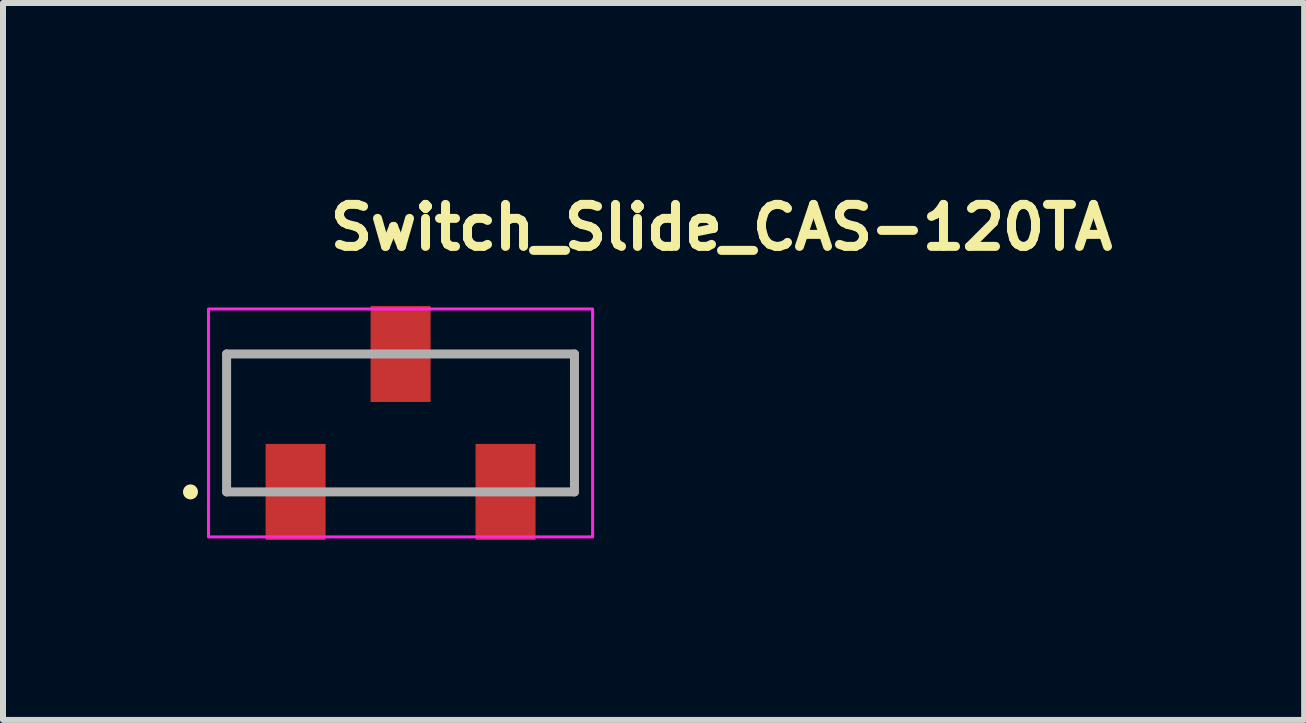
<source format=kicad_pcb>
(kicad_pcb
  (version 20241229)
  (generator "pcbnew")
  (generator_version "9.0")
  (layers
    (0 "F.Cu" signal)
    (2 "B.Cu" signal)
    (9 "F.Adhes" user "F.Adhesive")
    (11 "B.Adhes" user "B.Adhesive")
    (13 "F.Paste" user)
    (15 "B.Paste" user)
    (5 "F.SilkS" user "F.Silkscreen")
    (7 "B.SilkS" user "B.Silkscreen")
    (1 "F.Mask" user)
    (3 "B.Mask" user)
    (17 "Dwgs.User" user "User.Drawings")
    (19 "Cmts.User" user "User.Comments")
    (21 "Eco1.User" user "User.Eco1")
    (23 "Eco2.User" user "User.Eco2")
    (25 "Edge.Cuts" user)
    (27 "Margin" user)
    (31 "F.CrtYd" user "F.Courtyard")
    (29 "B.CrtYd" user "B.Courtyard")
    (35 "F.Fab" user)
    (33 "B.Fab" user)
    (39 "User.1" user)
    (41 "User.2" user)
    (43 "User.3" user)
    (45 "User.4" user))
  (footprint "Switch_Slide_CAS-120TA"
    (layer "F.Cu")
    (at 3.627 4.001)
    (property "Reference" "Switch_Slide_CAS-120TA" (at -1.25 -2.851 0) (layer "F.SilkS") (effects (font (size 0.7 0.7) (thickness 0.15)) (justify left bottom)))
    (attr smd)
    (fp_circle (center -3.502 1.148) (end -3.452 1.148) (stroke (width 0.15) (type solid)) (fill yes) (layer "F.SilkS"))
    (fp_rect (start -3.202 -1.901) (end 3.2 1.898) (stroke (width 0.05) (type solid)) (fill no) (layer "F.CrtYd"))
    (fp_line (start -2.9 1.148) (end -2.9 -1.151) (stroke (width 0.15) (type solid)) (layer "F.Fab"))
    (fp_line (start -2.9 1.148) (end 2.898 1.148) (stroke (width 0.15) (type solid)) (layer "F.Fab"))
    (fp_line (start 2.898 -1.151) (end -2.9 -1.151) (stroke (width 0.15) (type solid)) (layer "F.Fab"))
    (fp_line (start 2.898 -1.151) (end 2.898 1.148) (stroke (width 0.15) (type solid)) (layer "F.Fab"))
    (fp_line (start -2.702 -1.25) (end -2.702 -0.75) (stroke (width 0.02) (type solid)) (layer "User.9"))
    (fp_line (start -2.702 -0.75) (end -2.202 -1.25) (stroke (width 0.02) (type solid)) (layer "User.9"))
    (fp_line (start -2.702 1.249) (end -2.702 -0.75) (stroke (width 0.02) (type solid)) (layer "User.9"))
    (fp_line (start -2.202 -1.25) (end -2.702 -1.25) (stroke (width 0.02) (type solid)) (layer "User.9"))
    (fp_line (start -2.05 1.249) (end -2.05 1.398) (stroke (width 0.02) (type solid)) (layer "User.9"))
    (fp_line (start -1.5 -0.452) (end -1.5 0.45) (stroke (width 0.02) (type solid)) (layer "User.9"))
    (fp_line (start -1.5 -0.452) (end -0.652 -0.351) (stroke (width 0.02) (type solid)) (layer "User.9"))
    (fp_line (start -1.45 1.249) (end -1.45 1.398) (stroke (width 0.02) (type solid)) (layer "User.9"))
    (fp_line (start -1.45 1.398) (end -2.05 1.398) (stroke (width 0.02) (type solid)) (layer "User.9"))
    (fp_line (start -1.276 0.838) (end -1.276 0.848) (stroke (width 0.02) (type solid)) (layer "User.9"))
    (fp_line (start -1.276 0.848) (end -1.276 0.848) (stroke (width 0.02) (type solid)) (layer "User.9"))
    (fp_line (start -1.276 0.848) (end -1.276 0.859) (stroke (width 0.02) (type solid)) (layer "User.9"))
    (fp_line (start -1.276 0.859) (end -1.274 0.869) (stroke (width 0.02) (type solid)) (layer "User.9"))
    (fp_line (start -1.274 0.819) (end -1.274 0.829) (stroke (width 0.02) (type solid)) (layer "User.9"))
    (fp_line (start -1.274 0.829) (end -1.276 0.838) (stroke (width 0.02) (type solid)) (layer "User.9"))
    (fp_line (start -1.274 0.869) (end -1.274 0.879) (stroke (width 0.02) (type solid)) (layer "User.9"))
    (fp_line (start -1.274 0.879) (end -1.272 0.889) (stroke (width 0.02) (type solid)) (layer "User.9"))
    (fp_line (start -1.272 0.809) (end -1.274 0.819) (stroke (width 0.02) (type solid)) (layer "User.9"))
    (fp_line (start -1.272 0.889) (end -1.27 0.899) (stroke (width 0.02) (type solid)) (layer "User.9"))
    (fp_line (start -1.27 0.8) (end -1.272 0.809) (stroke (width 0.02) (type solid)) (layer "User.9"))
    (fp_line (start -1.27 0.899) (end -1.268 0.909) (stroke (width 0.02) (type solid)) (layer "User.9"))
    (fp_line (start -1.268 0.79) (end -1.27 0.8) (stroke (width 0.02) (type solid)) (layer "User.9"))
    (fp_line (start -1.268 0.909) (end -1.264 0.918) (stroke (width 0.02) (type solid)) (layer "User.9"))
    (fp_line (start -1.264 0.781) (end -1.268 0.79) (stroke (width 0.02) (type solid)) (layer "User.9"))
    (fp_line (start -1.264 0.918) (end -1.26 0.927) (stroke (width 0.02) (type solid)) (layer "User.9"))
    (fp_line (start -1.26 0.772) (end -1.264 0.781) (stroke (width 0.02) (type solid)) (layer "User.9"))
    (fp_line (start -1.26 0.927) (end -1.256 0.936) (stroke (width 0.02) (type solid)) (layer "User.9"))
    (fp_line (start -1.256 0.762) (end -1.26 0.772) (stroke (width 0.02) (type solid)) (layer "User.9"))
    (fp_line (start -1.256 0.936) (end -1.252 0.945) (stroke (width 0.02) (type solid)) (layer "User.9"))
    (fp_line (start -1.252 0.753) (end -1.256 0.762) (stroke (width 0.02) (type solid)) (layer "User.9"))
    (fp_line (start -1.252 0.945) (end -1.248 0.953) (stroke (width 0.02) (type solid)) (layer "User.9"))
    (fp_line (start -1.248 0.745) (end -1.252 0.753) (stroke (width 0.02) (type solid)) (layer "User.9"))
    (fp_line (start -1.248 0.953) (end -1.242 0.96) (stroke (width 0.02) (type solid)) (layer "User.9"))
    (fp_line (start -1.242 0.737) (end -1.248 0.745) (stroke (width 0.02) (type solid)) (layer "User.9"))
    (fp_line (start -1.242 0.96) (end -1.236 0.968) (stroke (width 0.02) (type solid)) (layer "User.9"))
    (fp_line (start -1.236 0.729) (end -1.242 0.737) (stroke (width 0.02) (type solid)) (layer "User.9"))
    (fp_line (start -1.236 0.968) (end -1.23 0.976) (stroke (width 0.02) (type solid)) (layer "User.9"))
    (fp_line (start -1.23 0.721) (end -1.236 0.729) (stroke (width 0.02) (type solid)) (layer "User.9"))
    (fp_line (start -1.23 0.976) (end -1.224 0.983) (stroke (width 0.02) (type solid)) (layer "User.9"))
    (fp_line (start -1.224 0.714) (end -1.23 0.721) (stroke (width 0.02) (type solid)) (layer "User.9"))
    (fp_line (start -1.224 0.983) (end -1.218 0.99) (stroke (width 0.02) (type solid)) (layer "User.9"))
    (fp_line (start -1.218 0.707) (end -1.224 0.714) (stroke (width 0.02) (type solid)) (layer "User.9"))
    (fp_line (start -1.218 0.99) (end -1.21 0.997) (stroke (width 0.02) (type solid)) (layer "User.9"))
    (fp_line (start -1.21 0.701) (end -1.218 0.707) (stroke (width 0.02) (type solid)) (layer "User.9"))
    (fp_line (start -1.21 0.997) (end -1.204 1.003) (stroke (width 0.02) (type solid)) (layer "User.9"))
    (fp_line (start -1.204 0.695) (end -1.21 0.701) (stroke (width 0.02) (type solid)) (layer "User.9"))
    (fp_line (start -1.204 1.003) (end -1.196 1.009) (stroke (width 0.02) (type solid)) (layer "User.9"))
    (fp_line (start -1.196 0.689) (end -1.204 0.695) (stroke (width 0.02) (type solid)) (layer "User.9"))
    (fp_line (start -1.196 1.009) (end -1.188 1.015) (stroke (width 0.02) (type solid)) (layer "User.9"))
    (fp_line (start -1.188 0.684) (end -1.196 0.689) (stroke (width 0.02) (type solid)) (layer "User.9"))
    (fp_line (start -1.188 1.015) (end -1.18 1.021) (stroke (width 0.02) (type solid)) (layer "User.9"))
    (fp_line (start -1.18 0.678) (end -1.188 0.684) (stroke (width 0.02) (type solid)) (layer "User.9"))
    (fp_line (start -1.18 1.021) (end -1.172 1.024) (stroke (width 0.02) (type solid)) (layer "User.9"))
    (fp_line (start -1.172 0.674) (end -1.18 0.678) (stroke (width 0.02) (type solid)) (layer "User.9"))
    (fp_line (start -1.172 1.024) (end -1.162 1.03) (stroke (width 0.02) (type solid)) (layer "User.9"))
    (fp_line (start -1.162 0.669) (end -1.172 0.674) (stroke (width 0.02) (type solid)) (layer "User.9"))
    (fp_line (start -1.162 1.03) (end -1.154 1.034) (stroke (width 0.02) (type solid)) (layer "User.9"))
    (fp_line (start -1.154 0.665) (end -1.162 0.669) (stroke (width 0.02) (type solid)) (layer "User.9"))
    (fp_line (start -1.154 1.034) (end -1.145 1.036) (stroke (width 0.02) (type solid)) (layer "User.9"))
    (fp_line (start -1.145 0.662) (end -1.154 0.665) (stroke (width 0.02) (type solid)) (layer "User.9"))
    (fp_line (start -1.145 1.036) (end -1.135 1.04) (stroke (width 0.02) (type solid)) (layer "User.9"))
    (fp_line (start -1.135 0.658) (end -1.145 0.662) (stroke (width 0.02) (type solid)) (layer "User.9"))
    (fp_line (start -1.135 1.04) (end -1.125 1.042) (stroke (width 0.02) (type solid)) (layer "User.9"))
    (fp_line (start -1.125 0.656) (end -1.135 0.658) (stroke (width 0.02) (type solid)) (layer "User.9"))
    (fp_line (start -1.125 1.042) (end -1.117 1.044) (stroke (width 0.02) (type solid)) (layer "User.9"))
    (fp_line (start -1.117 0.654) (end -1.125 0.656) (stroke (width 0.02) (type solid)) (layer "User.9"))
    (fp_line (start -1.117 1.044) (end -1.107 1.046) (stroke (width 0.02) (type solid)) (layer "User.9"))
    (fp_line (start -1.107 0.652) (end -1.117 0.654) (stroke (width 0.02) (type solid)) (layer "User.9"))
    (fp_line (start -1.107 1.046) (end -1.097 1.048) (stroke (width 0.02) (type solid)) (layer "User.9"))
    (fp_line (start -1.097 0.651) (end -1.107 0.652) (stroke (width 0.02) (type solid)) (layer "User.9"))
    (fp_line (start -1.097 1.048) (end -1.087 1.048) (stroke (width 0.02) (type solid)) (layer "User.9"))
    (fp_line (start -1.087 0.65) (end -1.097 0.651) (stroke (width 0.02) (type solid)) (layer "User.9"))
    (fp_line (start -1.087 1.048) (end -1.075 1.05) (stroke (width 0.02) (type solid)) (layer "User.9"))
    (fp_line (start -1.075 0.65) (end -1.087 0.65) (stroke (width 0.02) (type solid)) (layer "User.9"))
    (fp_line (start -1.075 0.65) (end -1.075 0.65) (stroke (width 0.02) (type solid)) (layer "User.9"))
    (fp_line (start -1.075 1.05) (end -1.075 1.05) (stroke (width 0.02) (type solid)) (layer "User.9"))
    (fp_line (start -1.075 1.05) (end -1.065 1.048) (stroke (width 0.02) (type solid)) (layer "User.9"))
    (fp_line (start -1.065 0.65) (end -1.075 0.65) (stroke (width 0.02) (type solid)) (layer "User.9"))
    (fp_line (start -1.065 1.048) (end -1.055 1.048) (stroke (width 0.02) (type solid)) (layer "User.9"))
    (fp_line (start -1.055 0.651) (end -1.065 0.65) (stroke (width 0.02) (type solid)) (layer "User.9"))
    (fp_line (start -1.055 1.048) (end -1.045 1.046) (stroke (width 0.02) (type solid)) (layer "User.9"))
    (fp_line (start -1.045 0.652) (end -1.055 0.651) (stroke (width 0.02) (type solid)) (layer "User.9"))
    (fp_line (start -1.045 1.046) (end -1.035 1.044) (stroke (width 0.02) (type solid)) (layer "User.9"))
    (fp_line (start -1.035 0.654) (end -1.045 0.652) (stroke (width 0.02) (type solid)) (layer "User.9"))
    (fp_line (start -1.035 1.044) (end -1.027 1.042) (stroke (width 0.02) (type solid)) (layer "User.9"))
    (fp_line (start -1.027 0.656) (end -1.035 0.654) (stroke (width 0.02) (type solid)) (layer "User.9"))
    (fp_line (start -1.027 1.042) (end -1.016 1.04) (stroke (width 0.02) (type solid)) (layer "User.9"))
    (fp_line (start -1.016 0.658) (end -1.027 0.656) (stroke (width 0.02) (type solid)) (layer "User.9"))
    (fp_line (start -1.016 1.04) (end -1.008 1.036) (stroke (width 0.02) (type solid)) (layer "User.9"))
    (fp_line (start -1.008 0.662) (end -1.016 0.658) (stroke (width 0.02) (type solid)) (layer "User.9"))
    (fp_line (start -1.008 1.036) (end -0.998 1.034) (stroke (width 0.02) (type solid)) (layer "User.9"))
    (fp_line (start -0.998 0.665) (end -1.008 0.662) (stroke (width 0.02) (type solid)) (layer "User.9"))
    (fp_line (start -0.998 1.034) (end -0.989 1.03) (stroke (width 0.02) (type solid)) (layer "User.9"))
    (fp_line (start -0.989 0.669) (end -0.998 0.665) (stroke (width 0.02) (type solid)) (layer "User.9"))
    (fp_line (start -0.989 1.03) (end -0.98 1.024) (stroke (width 0.02) (type solid)) (layer "User.9"))
    (fp_line (start -0.98 0.674) (end -0.989 0.669) (stroke (width 0.02) (type solid)) (layer "User.9"))
    (fp_line (start -0.98 1.024) (end -0.972 1.021) (stroke (width 0.02) (type solid)) (layer "User.9"))
    (fp_line (start -0.972 0.678) (end -0.98 0.674) (stroke (width 0.02) (type solid)) (layer "User.9"))
    (fp_line (start -0.972 1.021) (end -0.964 1.015) (stroke (width 0.02) (type solid)) (layer "User.9"))
    (fp_line (start -0.964 0.684) (end -0.972 0.678) (stroke (width 0.02) (type solid)) (layer "User.9"))
    (fp_line (start -0.964 1.015) (end -0.957 1.009) (stroke (width 0.02) (type solid)) (layer "User.9"))
    (fp_line (start -0.957 0.689) (end -0.964 0.684) (stroke (width 0.02) (type solid)) (layer "User.9"))
    (fp_line (start -0.957 1.009) (end -0.949 1.003) (stroke (width 0.02) (type solid)) (layer "User.9"))
    (fp_line (start -0.949 0.695) (end -0.957 0.689) (stroke (width 0.02) (type solid)) (layer "User.9"))
    (fp_line (start -0.949 1.003) (end -0.942 0.997) (stroke (width 0.02) (type solid)) (layer "User.9"))
    (fp_line (start -0.942 0.701) (end -0.949 0.695) (stroke (width 0.02) (type solid)) (layer "User.9"))
    (fp_line (start -0.942 0.997) (end -0.935 0.99) (stroke (width 0.02) (type solid)) (layer "User.9"))
    (fp_line (start -0.935 0.707) (end -0.942 0.701) (stroke (width 0.02) (type solid)) (layer "User.9"))
    (fp_line (start -0.935 0.99) (end -0.928 0.983) (stroke (width 0.02) (type solid)) (layer "User.9"))
    (fp_line (start -0.928 0.714) (end -0.935 0.707) (stroke (width 0.02) (type solid)) (layer "User.9"))
    (fp_line (start -0.928 0.983) (end -0.922 0.976) (stroke (width 0.02) (type solid)) (layer "User.9"))
    (fp_line (start -0.922 0.721) (end -0.928 0.714) (stroke (width 0.02) (type solid)) (layer "User.9"))
    (fp_line (start -0.922 0.976) (end -0.916 0.968) (stroke (width 0.02) (type solid)) (layer "User.9"))
    (fp_line (start -0.916 0.729) (end -0.922 0.721) (stroke (width 0.02) (type solid)) (layer "User.9"))
    (fp_line (start -0.916 0.968) (end -0.911 0.96) (stroke (width 0.02) (type solid)) (layer "User.9"))
    (fp_line (start -0.911 0.737) (end -0.916 0.729) (stroke (width 0.02) (type solid)) (layer "User.9"))
    (fp_line (start -0.911 0.96) (end -0.905 0.953) (stroke (width 0.02) (type solid)) (layer "User.9"))
    (fp_line (start -0.905 0.745) (end -0.911 0.737) (stroke (width 0.02) (type solid)) (layer "User.9"))
    (fp_line (start -0.905 0.953) (end -0.901 0.945) (stroke (width 0.02) (type solid)) (layer "User.9"))
    (fp_line (start -0.901 0.753) (end -0.905 0.745) (stroke (width 0.02) (type solid)) (layer "User.9"))
    (fp_line (start -0.901 0.945) (end -0.895 0.936) (stroke (width 0.02) (type solid)) (layer "User.9"))
    (fp_line (start -0.895 0.762) (end -0.901 0.753) (stroke (width 0.02) (type solid)) (layer "User.9"))
    (fp_line (start -0.895 0.936) (end -0.891 0.927) (stroke (width 0.02) (type solid)) (layer "User.9"))
    (fp_line (start -0.891 0.772) (end -0.895 0.762) (stroke (width 0.02) (type solid)) (layer "User.9"))
    (fp_line (start -0.891 0.927) (end -0.888 0.918) (stroke (width 0.02) (type solid)) (layer "User.9"))
    (fp_line (start -0.888 0.781) (end -0.891 0.772) (stroke (width 0.02) (type solid)) (layer "User.9"))
    (fp_line (start -0.888 0.918) (end -0.884 0.909) (stroke (width 0.02) (type solid)) (layer "User.9"))
    (fp_line (start -0.884 0.79) (end -0.888 0.781) (stroke (width 0.02) (type solid)) (layer "User.9"))
    (fp_line (start -0.884 0.909) (end -0.882 0.899) (stroke (width 0.02) (type solid)) (layer "User.9"))
    (fp_line (start -0.882 0.8) (end -0.884 0.79) (stroke (width 0.02) (type solid)) (layer "User.9"))
    (fp_line (start -0.882 0.899) (end -0.88 0.889) (stroke (width 0.02) (type solid)) (layer "User.9"))
    (fp_line (start -0.88 0.809) (end -0.882 0.8) (stroke (width 0.02) (type solid)) (layer "User.9"))
    (fp_line (start -0.88 0.889) (end -0.878 0.879) (stroke (width 0.02) (type solid)) (layer "User.9"))
    (fp_line (start -0.878 0.819) (end -0.88 0.809) (stroke (width 0.02) (type solid)) (layer "User.9"))
    (fp_line (start -0.878 0.879) (end -0.877 0.869) (stroke (width 0.02) (type solid)) (layer "User.9"))
    (fp_line (start -0.877 0.829) (end -0.878 0.819) (stroke (width 0.02) (type solid)) (layer "User.9"))
    (fp_line (start -0.877 0.869) (end -0.876 0.859) (stroke (width 0.02) (type solid)) (layer "User.9"))
    (fp_line (start -0.876 0.838) (end -0.877 0.829) (stroke (width 0.02) (type solid)) (layer "User.9"))
    (fp_line (start -0.876 0.859) (end -0.875 0.848) (stroke (width 0.02) (type solid)) (layer "User.9"))
    (fp_line (start -0.875 0.848) (end -0.876 0.838) (stroke (width 0.02) (type solid)) (layer "User.9"))
    (fp_line (start -0.875 0.848) (end -0.875 0.848) (stroke (width 0.02) (type solid)) (layer "User.9"))
    (fp_line (start -0.875 0.848) (end -0.875 0.848) (stroke (width 0.02) (type solid)) (layer "User.9"))
    (fp_line (start -0.652 0.349) (end -1.5 0.45) (stroke (width 0.02) (type solid)) (layer "User.9"))
    (fp_line (start -0.652 0.349) (end -0.652 -0.351) (stroke (width 0.02) (type solid)) (layer "User.9"))
    (fp_line (start -0.3 -1.401) (end -0.3 -1.25) (stroke (width 0.02) (type solid)) (layer "User.9"))
    (fp_line (start 0 -0.262) (end 0.001 -0.267) (stroke (width 0.02) (type solid)) (layer "User.9"))
    (fp_line (start 0 -0.256) (end 0 -0.262) (stroke (width 0.02) (type solid)) (layer "User.9"))
    (fp_line (start 0 -0.25) (end 0 -0.256) (stroke (width 0.02) (type solid)) (layer "User.9"))
    (fp_line (start 0 0.248) (end 0 -0.25) (stroke (width 0.02) (type solid)) (layer "User.9"))
    (fp_line (start 0 0.248) (end 0 0.254) (stroke (width 0.02) (type solid)) (layer "User.9"))
    (fp_line (start 0 0.254) (end 0 0.26) (stroke (width 0.02) (type solid)) (layer "User.9"))
    (fp_line (start 0 0.26) (end 0.001 0.265) (stroke (width 0.02) (type solid)) (layer "User.9"))
    (fp_line (start 0.001 -0.267) (end 0.002 -0.271) (stroke (width 0.02) (type solid)) (layer "User.9"))
    (fp_line (start 0.001 0.265) (end 0.002 0.269) (stroke (width 0.02) (type solid)) (layer "User.9"))
    (fp_line (start 0.002 -0.271) (end 0.003 -0.276) (stroke (width 0.02) (type solid)) (layer "User.9"))
    (fp_line (start 0.002 0.269) (end 0.003 0.274) (stroke (width 0.02) (type solid)) (layer "User.9"))
    (fp_line (start 0.003 -0.276) (end 0.004 -0.281) (stroke (width 0.02) (type solid)) (layer "User.9"))
    (fp_line (start 0.003 0.274) (end 0.004 0.279) (stroke (width 0.02) (type solid)) (layer "User.9"))
    (fp_line (start 0.004 -0.281) (end 0.005 -0.285) (stroke (width 0.02) (type solid)) (layer "User.9"))
    (fp_line (start 0.004 0.279) (end 0.005 0.283) (stroke (width 0.02) (type solid)) (layer "User.9"))
    (fp_line (start 0.005 -0.285) (end 0.007 -0.289) (stroke (width 0.02) (type solid)) (layer "User.9"))
    (fp_line (start 0.005 0.283) (end 0.007 0.288) (stroke (width 0.02) (type solid)) (layer "User.9"))
    (fp_line (start 0.007 -0.289) (end 0.009 -0.293) (stroke (width 0.02) (type solid)) (layer "User.9"))
    (fp_line (start 0.007 0.288) (end 0.009 0.291) (stroke (width 0.02) (type solid)) (layer "User.9"))
    (fp_line (start 0.009 -0.293) (end 0.01 -0.297) (stroke (width 0.02) (type solid)) (layer "User.9"))
    (fp_line (start 0.009 0.291) (end 0.01 0.295) (stroke (width 0.02) (type solid)) (layer "User.9"))
    (fp_line (start 0.01 -0.297) (end 0.014 -0.302) (stroke (width 0.02) (type solid)) (layer "User.9"))
    (fp_line (start 0.01 0.295) (end 0.014 0.3) (stroke (width 0.02) (type solid)) (layer "User.9"))
    (fp_line (start 0.014 -0.302) (end 0.016 -0.306) (stroke (width 0.02) (type solid)) (layer "User.9"))
    (fp_line (start 0.014 0.3) (end 0.016 0.304) (stroke (width 0.02) (type solid)) (layer "User.9"))
    (fp_line (start 0.016 -0.306) (end 0.018 -0.31) (stroke (width 0.02) (type solid)) (layer "User.9"))
    (fp_line (start 0.016 0.304) (end 0.018 0.308) (stroke (width 0.02) (type solid)) (layer "User.9"))
    (fp_line (start 0.018 -0.31) (end 0.021 -0.314) (stroke (width 0.02) (type solid)) (layer "User.9"))
    (fp_line (start 0.018 0.308) (end 0.021 0.312) (stroke (width 0.02) (type solid)) (layer "User.9"))
    (fp_line (start 0.021 -0.314) (end 0.025 -0.317) (stroke (width 0.02) (type solid)) (layer "User.9"))
    (fp_line (start 0.021 0.312) (end 0.025 0.315) (stroke (width 0.02) (type solid)) (layer "User.9"))
    (fp_line (start 0.025 -0.317) (end 0.029 -0.322) (stroke (width 0.02) (type solid)) (layer "User.9"))
    (fp_line (start 0.025 0.315) (end 0.029 0.32) (stroke (width 0.02) (type solid)) (layer "User.9"))
    (fp_line (start 0.029 -0.322) (end 0.033 -0.326) (stroke (width 0.02) (type solid)) (layer "User.9"))
    (fp_line (start 0.029 -0.322) (end 0.1 -0.25) (stroke (width 0.02) (type solid)) (layer "User.9"))
    (fp_line (start 0.029 0.32) (end 0.1 0.248) (stroke (width 0.02) (type solid)) (layer "User.9"))
    (fp_line (start 0.033 -0.326) (end 0.036 -0.329) (stroke (width 0.02) (type solid)) (layer "User.9"))
    (fp_line (start 0.033 0.324) (end 0.029 0.32) (stroke (width 0.02) (type solid)) (layer "User.9"))
    (fp_line (start 0.036 -0.329) (end 0.04 -0.332) (stroke (width 0.02) (type solid)) (layer "User.9"))
    (fp_line (start 0.036 0.327) (end 0.033 0.324) (stroke (width 0.02) (type solid)) (layer "User.9"))
    (fp_line (start 0.04 -0.332) (end 0.043 -0.335) (stroke (width 0.02) (type solid)) (layer "User.9"))
    (fp_line (start 0.04 0.33) (end 0.036 0.327) (stroke (width 0.02) (type solid)) (layer "User.9"))
    (fp_line (start 0.043 -0.335) (end 0.048 -0.337) (stroke (width 0.02) (type solid)) (layer "User.9"))
    (fp_line (start 0.043 0.333) (end 0.04 0.33) (stroke (width 0.02) (type solid)) (layer "User.9"))
    (fp_line (start 0.048 -0.337) (end 0.052 -0.34) (stroke (width 0.02) (type solid)) (layer "User.9"))
    (fp_line (start 0.048 0.335) (end 0.043 0.333) (stroke (width 0.02) (type solid)) (layer "User.9"))
    (fp_line (start 0.052 -0.34) (end 0.057 -0.342) (stroke (width 0.02) (type solid)) (layer "User.9"))
    (fp_line (start 0.052 0.338) (end 0.048 0.335) (stroke (width 0.02) (type solid)) (layer "User.9"))
    (fp_line (start 0.057 -0.342) (end 0.06 -0.344) (stroke (width 0.02) (type solid)) (layer "User.9"))
    (fp_line (start 0.057 0.34) (end 0.052 0.338) (stroke (width 0.02) (type solid)) (layer "User.9"))
    (fp_line (start 0.06 -0.344) (end 0.066 -0.346) (stroke (width 0.02) (type solid)) (layer "User.9"))
    (fp_line (start 0.06 0.342) (end 0.057 0.34) (stroke (width 0.02) (type solid)) (layer "User.9"))
    (fp_line (start 0.066 -0.346) (end 0.07 -0.347) (stroke (width 0.02) (type solid)) (layer "User.9"))
    (fp_line (start 0.066 0.344) (end 0.06 0.342) (stroke (width 0.02) (type solid)) (layer "User.9"))
    (fp_line (start 0.07 -0.347) (end 0.074 -0.348) (stroke (width 0.02) (type solid)) (layer "User.9"))
    (fp_line (start 0.07 0.345) (end 0.066 0.344) (stroke (width 0.02) (type solid)) (layer "User.9"))
    (fp_line (start 0.074 -0.348) (end 0.08 -0.349) (stroke (width 0.02) (type solid)) (layer "User.9"))
    (fp_line (start 0.074 0.346) (end 0.07 0.345) (stroke (width 0.02) (type solid)) (layer "User.9"))
    (fp_line (start 0.08 -0.349) (end 0.084 -0.35) (stroke (width 0.02) (type solid)) (layer "User.9"))
    (fp_line (start 0.08 0.347) (end 0.074 0.346) (stroke (width 0.02) (type solid)) (layer "User.9"))
    (fp_line (start 0.084 -0.35) (end 0.088 -0.351) (stroke (width 0.02) (type solid)) (layer "User.9"))
    (fp_line (start 0.084 0.348) (end 0.08 0.347) (stroke (width 0.02) (type solid)) (layer "User.9"))
    (fp_line (start 0.088 -0.351) (end 0.093 -0.351) (stroke (width 0.02) (type solid)) (layer "User.9"))
    (fp_line (start 0.088 0.349) (end 0.084 0.348) (stroke (width 0.02) (type solid)) (layer "User.9"))
    (fp_line (start 0.093 -0.351) (end 0.1 -0.351) (stroke (width 0.02) (type solid)) (layer "User.9"))
    (fp_line (start 0.093 0.349) (end 0.088 0.349) (stroke (width 0.02) (type solid)) (layer "User.9"))
    (fp_line (start 0.1 -0.351) (end -0.652 -0.351) (stroke (width 0.02) (type solid)) (layer "User.9"))
    (fp_line (start 0.1 0.349) (end 0.093 0.349) (stroke (width 0.02) (type solid)) (layer "User.9"))
    (fp_line (start 0.298 -1.401) (end -0.3 -1.401) (stroke (width 0.02) (type solid)) (layer "User.9"))
    (fp_line (start 0.298 -1.401) (end 0.298 -1.25) (stroke (width 0.02) (type solid)) (layer "User.9"))
    (fp_line (start 0.498 -0.351) (end 0.1 -0.351) (stroke (width 0.02) (type solid)) (layer "User.9"))
    (fp_line (start 0.498 -0.25) (end 0.57 -0.322) (stroke (width 0.02) (type solid)) (layer "User.9"))
    (fp_line (start 0.498 0.248) (end 0.57 0.32) (stroke (width 0.02) (type solid)) (layer "User.9"))
    (fp_line (start 0.498 0.349) (end 0.1 0.349) (stroke (width 0.02) (type solid)) (layer "User.9"))
    (fp_line (start 0.498 0.349) (end 0.504 0.349) (stroke (width 0.02) (type solid)) (layer "User.9"))
    (fp_line (start 0.504 -0.351) (end 0.498 -0.351) (stroke (width 0.02) (type solid)) (layer "User.9"))
    (fp_line (start 0.504 0.349) (end 0.509 0.349) (stroke (width 0.02) (type solid)) (layer "User.9"))
    (fp_line (start 0.509 -0.351) (end 0.504 -0.351) (stroke (width 0.02) (type solid)) (layer "User.9"))
    (fp_line (start 0.509 0.349) (end 0.515 0.348) (stroke (width 0.02) (type solid)) (layer "User.9"))
    (fp_line (start 0.515 -0.35) (end 0.509 -0.351) (stroke (width 0.02) (type solid)) (layer "User.9"))
    (fp_line (start 0.515 0.348) (end 0.519 0.347) (stroke (width 0.02) (type solid)) (layer "User.9"))
    (fp_line (start 0.519 -0.349) (end 0.515 -0.35) (stroke (width 0.02) (type solid)) (layer "User.9"))
    (fp_line (start 0.519 0.347) (end 0.524 0.346) (stroke (width 0.02) (type solid)) (layer "User.9"))
    (fp_line (start 0.524 -0.348) (end 0.519 -0.349) (stroke (width 0.02) (type solid)) (layer "User.9"))
    (fp_line (start 0.524 0.346) (end 0.529 0.345) (stroke (width 0.02) (type solid)) (layer "User.9"))
    (fp_line (start 0.529 -0.347) (end 0.524 -0.348) (stroke (width 0.02) (type solid)) (layer "User.9"))
    (fp_line (start 0.529 0.345) (end 0.533 0.344) (stroke (width 0.02) (type solid)) (layer "User.9"))
    (fp_line (start 0.533 -0.346) (end 0.529 -0.347) (stroke (width 0.02) (type solid)) (layer "User.9"))
    (fp_line (start 0.533 0.344) (end 0.538 0.342) (stroke (width 0.02) (type solid)) (layer "User.9"))
    (fp_line (start 0.538 -0.344) (end 0.533 -0.346) (stroke (width 0.02) (type solid)) (layer "User.9"))
    (fp_line (start 0.538 0.342) (end 0.542 0.34) (stroke (width 0.02) (type solid)) (layer "User.9"))
    (fp_line (start 0.542 -0.342) (end 0.538 -0.344) (stroke (width 0.02) (type solid)) (layer "User.9"))
    (fp_line (start 0.542 0.34) (end 0.546 0.338) (stroke (width 0.02) (type solid)) (layer "User.9"))
    (fp_line (start 0.546 -0.34) (end 0.542 -0.342) (stroke (width 0.02) (type solid)) (layer "User.9"))
    (fp_line (start 0.546 0.338) (end 0.551 0.335) (stroke (width 0.02) (type solid)) (layer "User.9"))
    (fp_line (start 0.551 -0.337) (end 0.546 -0.34) (stroke (width 0.02) (type solid)) (layer "User.9"))
    (fp_line (start 0.551 0.335) (end 0.555 0.333) (stroke (width 0.02) (type solid)) (layer "User.9"))
    (fp_line (start 0.555 -0.335) (end 0.551 -0.337) (stroke (width 0.02) (type solid)) (layer "User.9"))
    (fp_line (start 0.555 0.333) (end 0.559 0.33) (stroke (width 0.02) (type solid)) (layer "User.9"))
    (fp_line (start 0.559 -0.332) (end 0.555 -0.335) (stroke (width 0.02) (type solid)) (layer "User.9"))
    (fp_line (start 0.559 0.33) (end 0.563 0.327) (stroke (width 0.02) (type solid)) (layer "User.9"))
    (fp_line (start 0.563 -0.329) (end 0.559 -0.332) (stroke (width 0.02) (type solid)) (layer "User.9"))
    (fp_line (start 0.563 0.327) (end 0.566 0.324) (stroke (width 0.02) (type solid)) (layer "User.9"))
    (fp_line (start 0.566 -0.326) (end 0.563 -0.329) (stroke (width 0.02) (type solid)) (layer "User.9"))
    (fp_line (start 0.566 0.324) (end 0.57 0.32) (stroke (width 0.02) (type solid)) (layer "User.9"))
    (fp_line (start 0.57 -0.322) (end 0.566 -0.326) (stroke (width 0.02) (type solid)) (layer "User.9"))
    (fp_line (start 0.57 -0.322) (end 0.574 -0.317) (stroke (width 0.02) (type solid)) (layer "User.9"))
    (fp_line (start 0.57 0.32) (end 0.574 0.315) (stroke (width 0.02) (type solid)) (layer "User.9"))
    (fp_line (start 0.574 -0.317) (end 0.576 -0.314) (stroke (width 0.02) (type solid)) (layer "User.9"))
    (fp_line (start 0.574 0.315) (end 0.576 0.312) (stroke (width 0.02) (type solid)) (layer "User.9"))
    (fp_line (start 0.576 -0.314) (end 0.579 -0.31) (stroke (width 0.02) (type solid)) (layer "User.9"))
    (fp_line (start 0.576 0.312) (end 0.579 0.308) (stroke (width 0.02) (type solid)) (layer "User.9"))
    (fp_line (start 0.579 -0.31) (end 0.582 -0.306) (stroke (width 0.02) (type solid)) (layer "User.9"))
    (fp_line (start 0.579 0.308) (end 0.582 0.304) (stroke (width 0.02) (type solid)) (layer "User.9"))
    (fp_line (start 0.582 -0.306) (end 0.584 -0.302) (stroke (width 0.02) (type solid)) (layer "User.9"))
    (fp_line (start 0.582 0.304) (end 0.584 0.3) (stroke (width 0.02) (type solid)) (layer "User.9"))
    (fp_line (start 0.584 -0.302) (end 0.587 -0.297) (stroke (width 0.02) (type solid)) (layer "User.9"))
    (fp_line (start 0.584 0.3) (end 0.587 0.295) (stroke (width 0.02) (type solid)) (layer "User.9"))
    (fp_line (start 0.587 -0.297) (end 0.589 -0.293) (stroke (width 0.02) (type solid)) (layer "User.9"))
    (fp_line (start 0.587 0.295) (end 0.589 0.291) (stroke (width 0.02) (type solid)) (layer "User.9"))
    (fp_line (start 0.589 -0.293) (end 0.591 -0.289) (stroke (width 0.02) (type solid)) (layer "User.9"))
    (fp_line (start 0.589 0.291) (end 0.591 0.288) (stroke (width 0.02) (type solid)) (layer "User.9"))
    (fp_line (start 0.591 -0.289) (end 0.593 -0.285) (stroke (width 0.02) (type solid)) (layer "User.9"))
    (fp_line (start 0.591 0.288) (end 0.593 0.283) (stroke (width 0.02) (type solid)) (layer "User.9"))
    (fp_line (start 0.593 -0.285) (end 0.594 -0.281) (stroke (width 0.02) (type solid)) (layer "User.9"))
    (fp_line (start 0.593 0.283) (end 0.594 0.279) (stroke (width 0.02) (type solid)) (layer "User.9"))
    (fp_line (start 0.594 -0.281) (end 0.595 -0.276) (stroke (width 0.02) (type solid)) (layer "User.9"))
    (fp_line (start 0.594 0.279) (end 0.595 0.274) (stroke (width 0.02) (type solid)) (layer "User.9"))
    (fp_line (start 0.595 -0.276) (end 0.596 -0.271) (stroke (width 0.02) (type solid)) (layer "User.9"))
    (fp_line (start 0.595 0.274) (end 0.596 0.269) (stroke (width 0.02) (type solid)) (layer "User.9"))
    (fp_line (start 0.596 -0.271) (end 0.597 -0.267) (stroke (width 0.02) (type solid)) (layer "User.9"))
    (fp_line (start 0.596 0.269) (end 0.597 0.265) (stroke (width 0.02) (type solid)) (layer "User.9"))
    (fp_line (start 0.597 -0.267) (end 0.598 -0.262) (stroke (width 0.02) (type solid)) (layer "User.9"))
    (fp_line (start 0.597 0.265) (end 0.598 0.26) (stroke (width 0.02) (type solid)) (layer "User.9"))
    (fp_line (start 0.598 -0.262) (end 0.598 -0.256) (stroke (width 0.02) (type solid)) (layer "User.9"))
    (fp_line (start 0.598 -0.256) (end 0.598 -0.25) (stroke (width 0.02) (type solid)) (layer "User.9"))
    (fp_line (start 0.598 0.248) (end 0.598 -0.25) (stroke (width 0.02) (type solid)) (layer "User.9"))
    (fp_line (start 0.598 0.254) (end 0.598 0.248) (stroke (width 0.02) (type solid)) (layer "User.9"))
    (fp_line (start 0.598 0.26) (end 0.598 0.254) (stroke (width 0.02) (type solid)) (layer "User.9"))
    (fp_line (start 0.65 -0.351) (end 0.498 -0.351) (stroke (width 0.02) (type solid)) (layer "User.9"))
    (fp_line (start 0.65 -0.351) (end 1.499 -0.452) (stroke (width 0.02) (type solid)) (layer "User.9"))
    (fp_line (start 0.65 0.349) (end -0.652 0.349) (stroke (width 0.02) (type solid)) (layer "User.9"))
    (fp_line (start 0.65 0.349) (end 0.65 -0.351) (stroke (width 0.02) (type solid)) (layer "User.9"))
    (fp_line (start 1.449 1.249) (end 1.449 1.398) (stroke (width 0.02) (type solid)) (layer "User.9"))
    (fp_line (start 1.499 -0.452) (end -1.5 -0.452) (stroke (width 0.02) (type solid)) (layer "User.9"))
    (fp_line (start 1.499 -0.452) (end 1.499 0.45) (stroke (width 0.02) (type solid)) (layer "User.9"))
    (fp_line (start 1.499 0.45) (end -1.5 0.45) (stroke (width 0.02) (type solid)) (layer "User.9"))
    (fp_line (start 1.499 0.45) (end 0.65 0.349) (stroke (width 0.02) (type solid)) (layer "User.9"))
    (fp_line (start 2.048 1.249) (end 2.048 1.398) (stroke (width 0.02) (type solid)) (layer "User.9"))
    (fp_line (start 2.048 1.398) (end 1.449 1.398) (stroke (width 0.02) (type solid)) (layer "User.9"))
    (fp_line (start 2.2 1.249) (end -2.702 1.249) (stroke (width 0.02) (type solid)) (layer "User.9"))
    (fp_line (start 2.2 1.249) (end 2.7 1.249) (stroke (width 0.02) (type solid)) (layer "User.9"))
    (fp_line (start 2.7 -1.25) (end -2.202 -1.25) (stroke (width 0.02) (type solid)) (layer "User.9"))
    (fp_line (start 2.7 0.748) (end 2.2 1.249) (stroke (width 0.02) (type solid)) (layer "User.9"))
    (fp_line (start 2.7 0.748) (end 2.7 -1.25) (stroke (width 0.02) (type solid)) (layer "User.9"))
    (fp_line (start 2.7 1.249) (end 2.7 0.748) (stroke (width 0.02) (type solid)) (layer "User.9"))
    (pad "1" smd rect (at -1.75 1.148) (size 1 1.6) (layers "F.Cu" "F.Mask" "F.Paste"))
    (pad "2" smd rect (at 0 -1.151) (size 1 1.6) (layers "F.Cu" "F.Mask" "F.Paste"))
    (pad "3" smd rect (at 1.749 1.148) (size 1 1.6) (layers "F.Cu" "F.Mask" "F.Paste")))
  (gr_rect
    (start -3 -3)
    (end 18.687 8.949)
    (stroke (width 0.1) (type default))
    (fill no)
    (layer "Edge.Cuts")))
</source>
